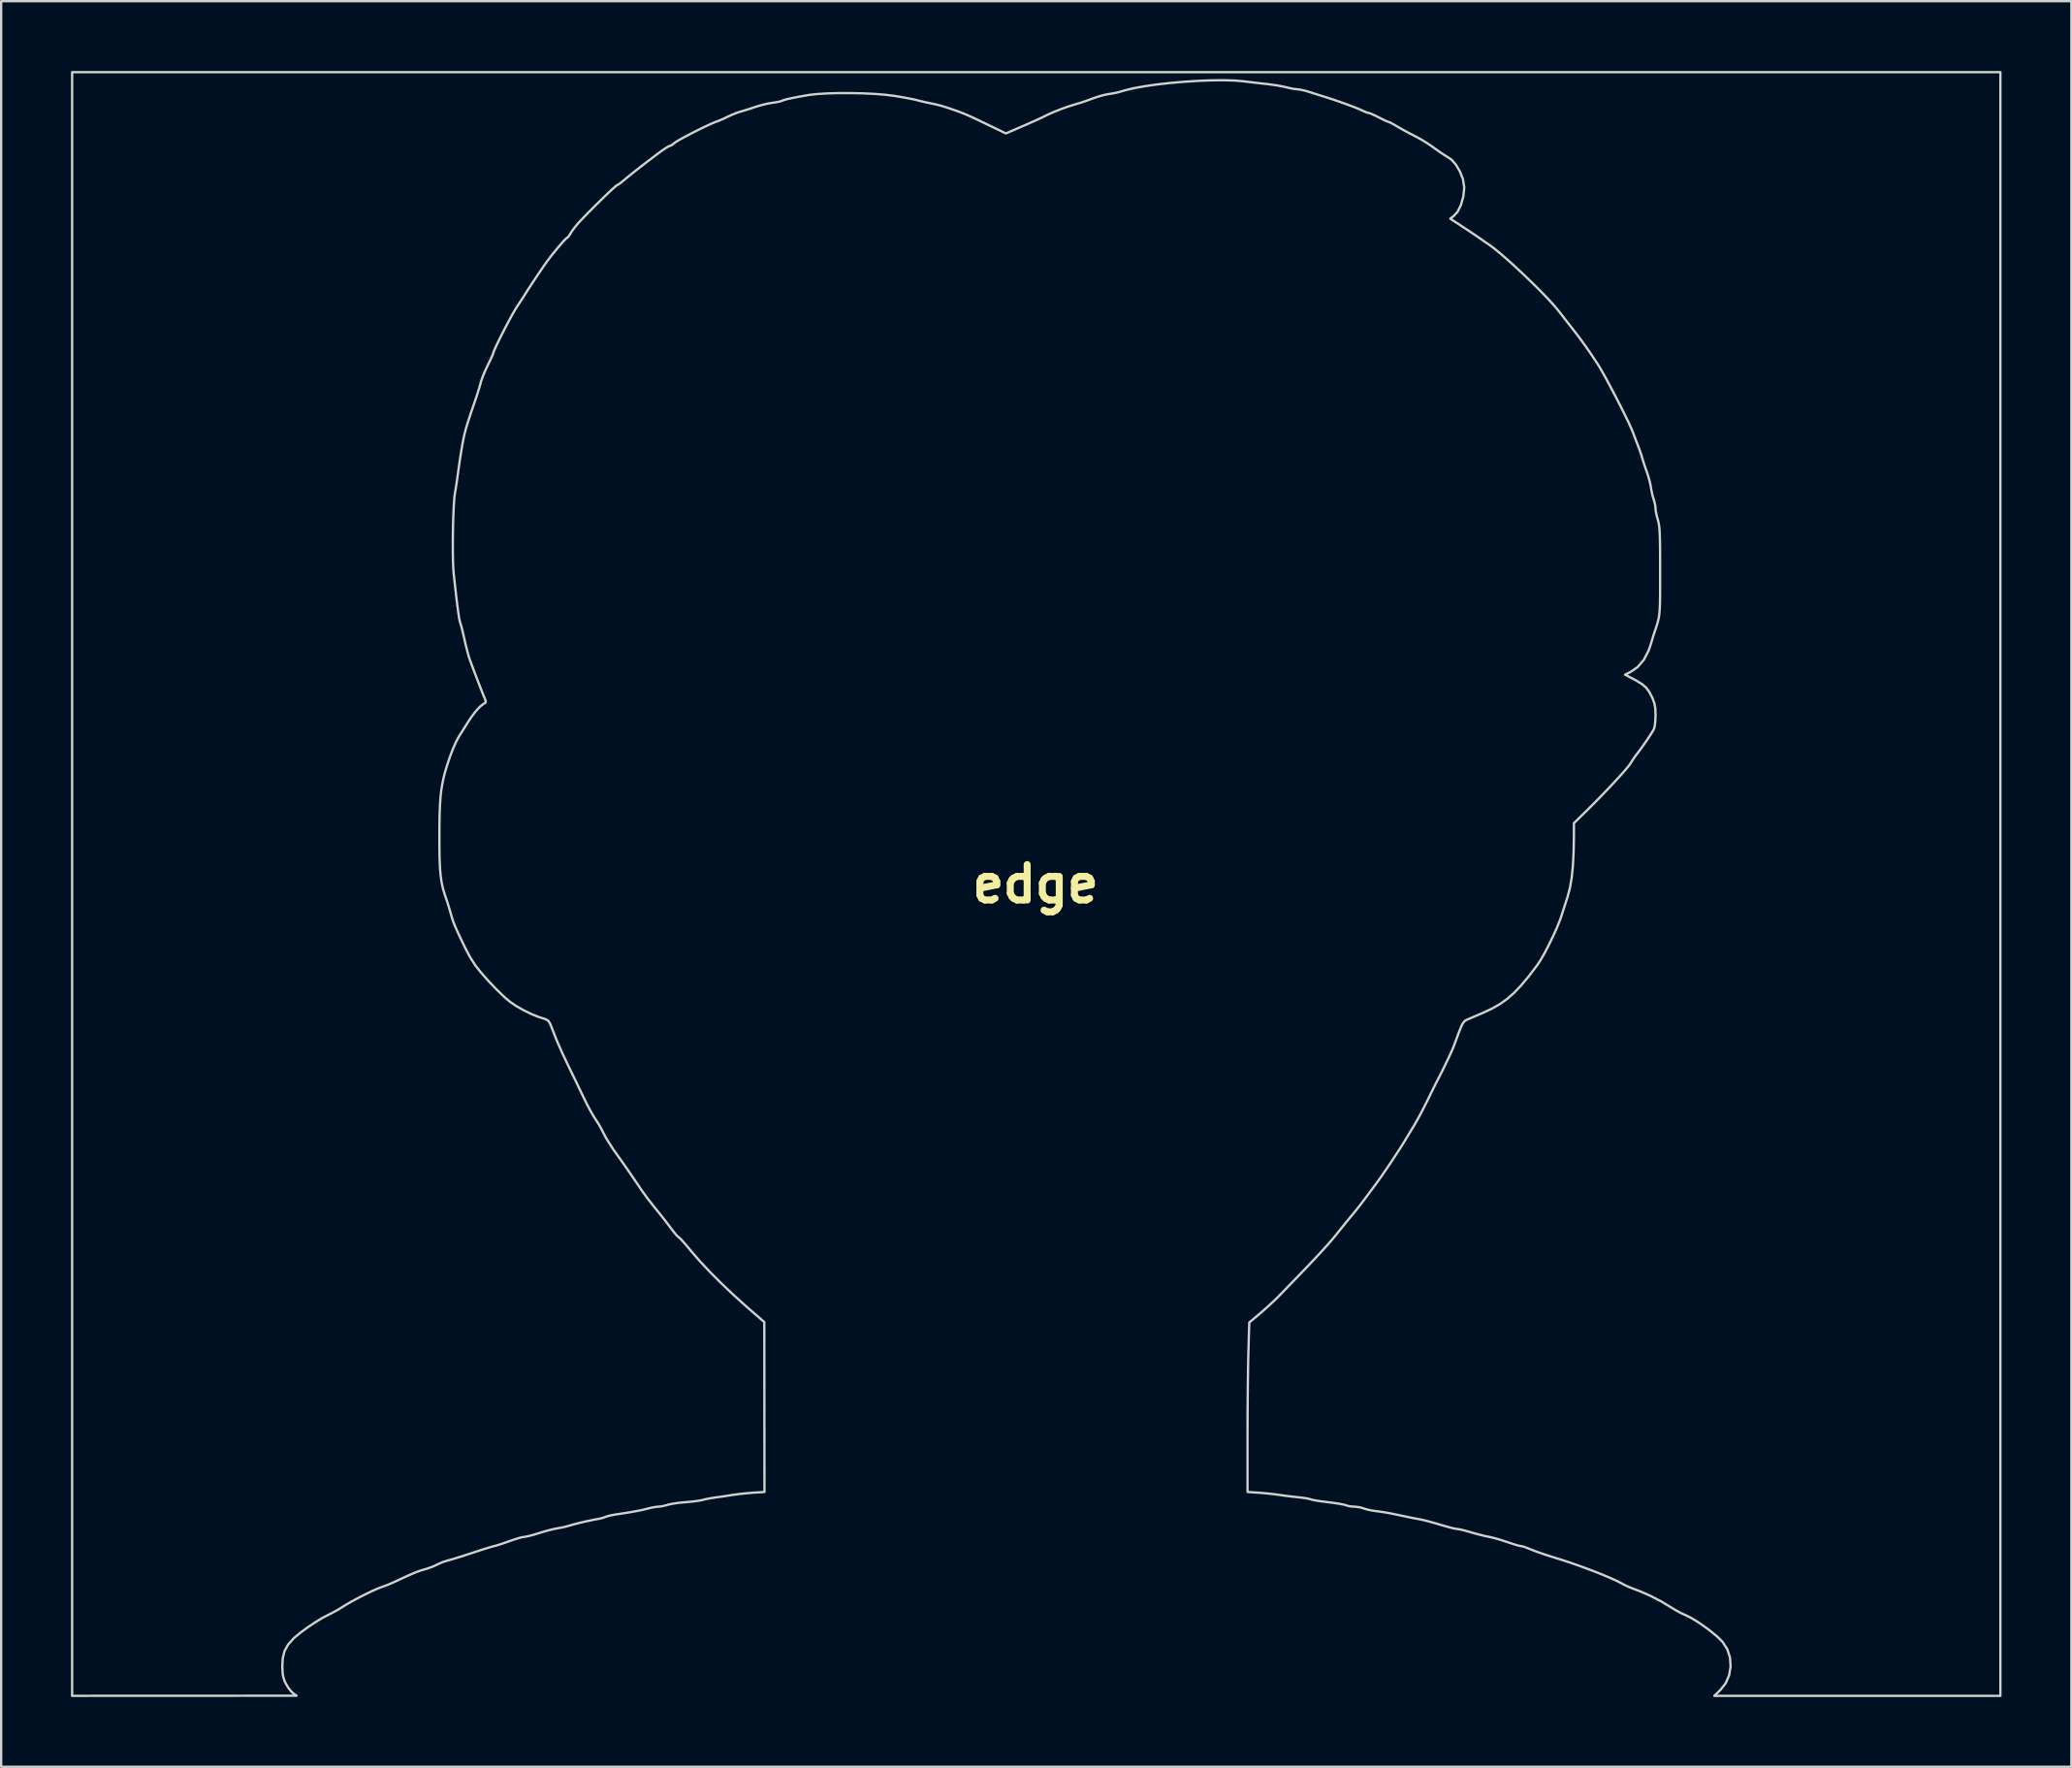
<source format=kicad_pcb>
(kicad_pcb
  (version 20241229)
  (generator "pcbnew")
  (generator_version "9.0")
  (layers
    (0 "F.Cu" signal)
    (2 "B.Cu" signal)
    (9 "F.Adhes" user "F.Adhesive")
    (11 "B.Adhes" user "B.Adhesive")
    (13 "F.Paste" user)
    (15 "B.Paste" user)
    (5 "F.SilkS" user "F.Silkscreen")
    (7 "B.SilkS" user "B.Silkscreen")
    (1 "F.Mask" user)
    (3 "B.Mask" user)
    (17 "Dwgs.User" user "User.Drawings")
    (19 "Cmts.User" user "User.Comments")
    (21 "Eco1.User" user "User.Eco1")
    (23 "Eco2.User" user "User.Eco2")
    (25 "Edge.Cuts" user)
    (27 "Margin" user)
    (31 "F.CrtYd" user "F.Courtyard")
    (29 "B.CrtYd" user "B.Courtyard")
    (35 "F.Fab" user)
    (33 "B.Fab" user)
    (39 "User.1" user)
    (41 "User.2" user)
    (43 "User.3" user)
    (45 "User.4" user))
  (footprint "edge"
    (layer "F.Cu")
    (at 41.459 34.933)
    (property "Reference" "edge" (at 0 0 0) (layer "F.SilkS") (effects (font (size 1.524 1.524) (thickness 0.3))))
    (attr board_only exclude_from_pos_files exclude_from_bom)
    (fp_poly (pts (xy 41.466 34.883) (xy 29.17 34.883) (xy 29.431 34.633) (xy 29.664 34.336) (xy 29.811 33.988) (xy 29.871 33.613) (xy 29.843 33.234) (xy 29.726 32.874) (xy 29.52 32.559) (xy 29.328 32.368) (xy 29.07 32.15) (xy 28.774 31.926) (xy 28.47 31.716) (xy 28.185 31.541) (xy 27.947 31.421) (xy 27.91 31.406) (xy 27.729 31.323) (xy 27.504 31.2) (xy 27.281 31.064) (xy 27.273 31.059) (xy 26.884 30.825) (xy 26.444 30.597) (xy 26.004 30.401) (xy 25.743 30.302) (xy 25.528 30.219) (xy 25.322 30.124) (xy 25.234 30.077) (xy 25.008 29.958) (xy 24.694 29.815) (xy 24.313 29.656) (xy 23.885 29.488) (xy 23.431 29.32) (xy 22.971 29.159) (xy 22.526 29.013) (xy 22.345 28.958) (xy 21.932 28.827) (xy 21.548 28.695) (xy 21.226 28.571) (xy 21.12 28.527) (xy 20.972 28.472) (xy 20.856 28.448) (xy 20.852 28.448) (xy 20.76 28.43) (xy 20.592 28.382) (xy 20.377 28.312) (xy 20.266 28.274) (xy 20.006 28.189) (xy 19.749 28.114) (xy 19.539 28.063) (xy 19.488 28.053) (xy 19.298 28.013) (xy 19.048 27.951) (xy 18.784 27.879) (xy 18.725 27.861) (xy 18.494 27.796) (xy 18.295 27.746) (xy 18.159 27.719) (xy 18.131 27.716) (xy 18.022 27.7) (xy 17.843 27.659) (xy 17.632 27.601) (xy 17.622 27.598) (xy 17.233 27.484) (xy 16.933 27.4) (xy 16.705 27.341) (xy 16.53 27.302) (xy 16.462 27.289) (xy 16.299 27.259) (xy 16.08 27.216) (xy 15.896 27.177) (xy 15.531 27.1) (xy 15.25 27.044) (xy 15.027 27.003) (xy 14.835 26.973) (xy 14.647 26.949) (xy 14.625 26.946) (xy 14.405 26.912) (xy 14.201 26.864) (xy 14.104 26.831) (xy 13.92 26.78) (xy 13.714 26.755) (xy 13.688 26.755) (xy 13.512 26.741) (xy 13.371 26.707) (xy 13.35 26.698) (xy 13.254 26.669) (xy 13.072 26.634) (xy 12.83 26.596) (xy 12.565 26.562) (xy 12.295 26.528) (xy 12.064 26.493) (xy 11.895 26.462) (xy 11.814 26.439) (xy 11.725 26.412) (xy 11.558 26.383) (xy 11.345 26.357) (xy 11.316 26.354) (xy 11.031 26.324) (xy 10.72 26.285) (xy 10.494 26.252) (xy 10.238 26.218) (xy 9.931 26.185) (xy 9.634 26.159) (xy 9.603 26.157) (xy 9.108 26.124) (xy 9.108 23.8) (xy 9.109 23.232) (xy 9.112 22.641) (xy 9.116 22.052) (xy 9.122 21.485) (xy 9.129 20.965) (xy 9.137 20.512) (xy 9.145 20.161) (xy 9.183 18.844) (xy 9.662 18.439) (xy 9.906 18.226) (xy 10.163 17.991) (xy 10.393 17.771) (xy 10.487 17.675) (xy 10.691 17.464) (xy 10.909 17.239) (xy 11.097 17.045) (xy 11.116 17.025) (xy 11.568 16.557) (xy 11.948 16.158) (xy 12.264 15.818) (xy 12.527 15.529) (xy 12.745 15.279) (xy 12.926 15.06) (xy 12.962 15.014) (xy 13.154 14.774) (xy 13.354 14.528) (xy 13.531 14.312) (xy 13.605 14.224) (xy 13.779 14.012) (xy 13.974 13.764) (xy 14.132 13.556) (xy 14.303 13.326) (xy 14.489 13.076) (xy 14.635 12.879) (xy 14.819 12.623) (xy 15.041 12.303) (xy 15.279 11.95) (xy 15.513 11.596) (xy 15.721 11.273) (xy 15.857 11.053) (xy 16.005 10.808) (xy 16.171 10.534) (xy 16.295 10.329) (xy 16.407 10.135) (xy 16.549 9.872) (xy 16.704 9.574) (xy 16.854 9.275) (xy 16.862 9.257) (xy 16.993 8.99) (xy 17.111 8.752) (xy 17.204 8.566) (xy 17.262 8.453) (xy 17.269 8.438) (xy 17.353 8.281) (xy 17.464 8.06) (xy 17.59 7.804) (xy 17.716 7.542) (xy 17.829 7.301) (xy 17.915 7.11) (xy 17.957 7.01) (xy 18.014 6.857) (xy 18.095 6.639) (xy 18.184 6.4) (xy 18.201 6.354) (xy 18.294 6.12) (xy 18.372 5.971) (xy 18.451 5.882) (xy 18.532 5.835) (xy 18.655 5.782) (xy 18.85 5.698) (xy 19.084 5.598) (xy 19.218 5.541) (xy 19.605 5.361) (xy 19.948 5.166) (xy 20.263 4.942) (xy 20.568 4.674) (xy 20.877 4.349) (xy 21.207 3.952) (xy 21.561 3.487) (xy 21.708 3.263) (xy 21.88 2.962) (xy 22.062 2.612) (xy 22.242 2.241) (xy 22.405 1.879) (xy 22.536 1.553) (xy 22.596 1.383) (xy 22.654 1.201) (xy 22.734 0.954) (xy 22.822 0.683) (xy 22.86 0.564) (xy 22.964 0.176) (xy 23.042 -0.277) (xy 23.095 -0.807) (xy 23.126 -1.425) (xy 23.135 -1.998) (xy 23.137 -2.613) (xy 23.717 -3.183) (xy 24.024 -3.489) (xy 24.333 -3.805) (xy 24.633 -4.118) (xy 24.911 -4.415) (xy 25.156 -4.683) (xy 25.356 -4.91) (xy 25.499 -5.083) (xy 25.572 -5.186) (xy 25.67 -5.344) (xy 25.785 -5.506) (xy 25.786 -5.508) (xy 25.965 -5.744) (xy 26.146 -5.996) (xy 26.315 -6.24) (xy 26.455 -6.454) (xy 26.553 -6.616) (xy 26.587 -6.685) (xy 26.615 -6.816) (xy 26.635 -7.018) (xy 26.644 -7.249) (xy 26.644 -7.271) (xy 26.634 -7.544) (xy 26.597 -7.757) (xy 26.523 -7.962) (xy 26.499 -8.015) (xy 26.373 -8.256) (xy 26.24 -8.436) (xy 26.068 -8.585) (xy 25.83 -8.732) (xy 25.721 -8.791) (xy 25.334 -8.994) (xy 25.549 -9.098) (xy 25.871 -9.317) (xy 26.14 -9.631) (xy 26.35 -10.035) (xy 26.45 -10.329) (xy 26.508 -10.527) (xy 26.564 -10.71) (xy 26.579 -10.753) (xy 26.649 -10.962) (xy 26.705 -11.135) (xy 26.749 -11.289) (xy 26.783 -11.439) (xy 26.807 -11.599) (xy 26.823 -11.786) (xy 26.833 -12.014) (xy 26.839 -12.3) (xy 26.841 -12.658) (xy 26.841 -13.104) (xy 26.841 -13.434) (xy 26.841 -13.961) (xy 26.839 -14.388) (xy 26.835 -14.728) (xy 26.827 -14.996) (xy 26.817 -15.203) (xy 26.802 -15.363) (xy 26.782 -15.49) (xy 26.758 -15.596) (xy 26.744 -15.644) (xy 26.688 -15.852) (xy 26.652 -16.044) (xy 26.645 -16.137) (xy 26.624 -16.308) (xy 26.573 -16.499) (xy 26.564 -16.523) (xy 26.508 -16.714) (xy 26.462 -16.94) (xy 26.451 -17.018) (xy 26.413 -17.22) (xy 26.347 -17.469) (xy 26.273 -17.695) (xy 26.193 -17.922) (xy 26.123 -18.135) (xy 26.077 -18.288) (xy 26.026 -18.455) (xy 25.953 -18.667) (xy 25.904 -18.796) (xy 25.814 -19.031) (xy 25.721 -19.279) (xy 25.68 -19.389) (xy 25.605 -19.569) (xy 25.486 -19.829) (xy 25.331 -20.147) (xy 25.153 -20.505) (xy 24.96 -20.882) (xy 24.763 -21.258) (xy 24.573 -21.615) (xy 24.399 -21.931) (xy 24.252 -22.187) (xy 24.163 -22.331) (xy 23.893 -22.739) (xy 23.638 -23.107) (xy 23.372 -23.472) (xy 23.067 -23.869) (xy 22.925 -24.051) (xy 22.757 -24.265) (xy 22.577 -24.497) (xy 22.466 -24.639) (xy 22.276 -24.867) (xy 22.019 -25.147) (xy 21.712 -25.466) (xy 21.37 -25.806) (xy 21.009 -26.154) (xy 20.646 -26.494) (xy 20.296 -26.812) (xy 19.975 -27.09) (xy 19.699 -27.316) (xy 19.488 -27.47) (xy 19.318 -27.586) (xy 19.162 -27.694) (xy 19.121 -27.724) (xy 18.98 -27.822) (xy 18.744 -27.981) (xy 18.415 -28.199) (xy 18.004 -28.469) (xy 17.82 -28.589) (xy 17.963 -28.694) (xy 18.138 -28.885) (xy 18.28 -29.173) (xy 18.383 -29.537) (xy 18.423 -29.925) (xy 18.367 -30.288) (xy 18.233 -30.621) (xy 18.059 -30.916) (xy 17.876 -31.122) (xy 17.678 -31.256) (xy 17.554 -31.33) (xy 17.373 -31.451) (xy 17.17 -31.596) (xy 17.112 -31.638) (xy 16.861 -31.812) (xy 16.574 -31.989) (xy 16.311 -32.133) (xy 16.297 -32.14) (xy 16.044 -32.269) (xy 15.779 -32.412) (xy 15.559 -32.539) (xy 15.554 -32.542) (xy 15.384 -32.641) (xy 15.251 -32.712) (xy 15.185 -32.738) (xy 15.116 -32.762) (xy 14.976 -32.826) (xy 14.791 -32.918) (xy 14.757 -32.935) (xy 14.564 -33.031) (xy 14.404 -33.101) (xy 14.308 -33.133) (xy 14.301 -33.133) (xy 14.203 -33.159) (xy 14.067 -33.221) (xy 14.058 -33.225) (xy 13.917 -33.29) (xy 13.692 -33.381) (xy 13.409 -33.487) (xy 13.092 -33.601) (xy 12.765 -33.713) (xy 12.452 -33.814) (xy 12.445 -33.816) (xy 12.186 -33.897) (xy 11.906 -33.986) (xy 11.738 -34.04) (xy 11.53 -34.099) (xy 11.34 -34.138) (xy 11.238 -34.149) (xy 11.089 -34.164) (xy 10.891 -34.204) (xy 10.785 -34.231) (xy 10.597 -34.273) (xy 10.34 -34.318) (xy 10.056 -34.359) (xy 9.928 -34.374) (xy 9.629 -34.407) (xy 9.319 -34.443) (xy 9.049 -34.476) (xy 8.966 -34.487) (xy 8.568 -34.522) (xy 8.089 -34.536) (xy 7.551 -34.531) (xy 6.973 -34.508) (xy 6.378 -34.47) (xy 5.784 -34.418) (xy 5.212 -34.354) (xy 4.684 -34.278) (xy 4.219 -34.194) (xy 3.837 -34.102) (xy 3.705 -34.061) (xy 3.512 -34.009) (xy 3.277 -33.963) (xy 3.168 -33.947) (xy 2.951 -33.905) (xy 2.69 -33.833) (xy 2.461 -33.754) (xy 2.197 -33.657) (xy 1.91 -33.561) (xy 1.697 -33.498) (xy 1.419 -33.412) (xy 1.102 -33.299) (xy 0.787 -33.174) (xy 0.514 -33.053) (xy 0.383 -32.987) (xy 0.276 -32.934) (xy 0.089 -32.848) (xy -0.155 -32.738) (xy -0.432 -32.616) (xy -0.524 -32.576) (xy -1.277 -32.25) (xy -2.046 -32.621) (xy -2.385 -32.784) (xy -2.644 -32.907) (xy -2.846 -33) (xy -3.012 -33.072) (xy -3.164 -33.133) (xy -3.324 -33.193) (xy -3.394 -33.219) (xy -3.752 -33.343) (xy -4.038 -33.433) (xy -4.284 -33.497) (xy -4.469 -33.535) (xy -4.713 -33.585) (xy -4.967 -33.645) (xy -5.063 -33.671) (xy -5.229 -33.71) (xy -5.475 -33.76) (xy -5.767 -33.813) (xy -6.073 -33.864) (xy -6.081 -33.865) (xy -6.465 -33.912) (xy -6.92 -33.948) (xy -7.421 -33.972) (xy -7.943 -33.983) (xy -8.46 -33.983) (xy -8.946 -33.97) (xy -9.376 -33.944) (xy -9.725 -33.906) (xy -9.787 -33.896) (xy -10.189 -33.824) (xy -10.492 -33.765) (xy -10.708 -33.716) (xy -10.849 -33.674) (xy -10.905 -33.65) (xy -11.014 -33.616) (xy -11.19 -33.582) (xy -11.319 -33.565) (xy -11.536 -33.527) (xy -11.802 -33.462) (xy -12.054 -33.385) (xy -12.29 -33.307) (xy -12.515 -33.236) (xy -12.682 -33.188) (xy -12.69 -33.186) (xy -12.861 -33.129) (xy -13.076 -33.041) (xy -13.227 -32.97) (xy -13.422 -32.877) (xy -13.596 -32.802) (xy -13.69 -32.767) (xy -13.825 -32.716) (xy -14.028 -32.626) (xy -14.277 -32.509) (xy -14.55 -32.375) (xy -14.826 -32.234) (xy -15.084 -32.099) (xy -15.302 -31.979) (xy -15.458 -31.886) (xy -15.529 -31.834) (xy -15.63 -31.75) (xy -15.701 -31.722) (xy -15.78 -31.69) (xy -15.918 -31.607) (xy -16.074 -31.499) (xy -16.419 -31.242) (xy -16.765 -30.979) (xy -17.091 -30.727) (xy -17.376 -30.502) (xy -17.598 -30.32) (xy -17.659 -30.268) (xy -17.809 -30.145) (xy -17.927 -30.058) (xy -17.985 -30.028) (xy -18.039 -29.99) (xy -18.158 -29.885) (xy -18.328 -29.728) (xy -18.533 -29.532) (xy -18.759 -29.311) (xy -18.993 -29.08) (xy -19.218 -28.853) (xy -19.423 -28.643) (xy -19.591 -28.466) (xy -19.675 -28.373) (xy -19.818 -28.2) (xy -19.94 -28.033) (xy -20 -27.935) (xy -20.071 -27.823) (xy -20.127 -27.771) (xy -20.13 -27.771) (xy -20.184 -27.729) (xy -20.293 -27.616) (xy -20.44 -27.449) (xy -20.61 -27.246) (xy -20.789 -27.025) (xy -20.947 -26.821) (xy -21.047 -26.684) (xy -21.19 -26.477) (xy -21.359 -26.228) (xy -21.537 -25.962) (xy -21.706 -25.706) (xy -21.849 -25.485) (xy -21.925 -25.364) (xy -22.01 -25.231) (xy -22.133 -25.041) (xy -22.271 -24.833) (xy -22.293 -24.799) (xy -22.386 -24.649) (xy -22.507 -24.436) (xy -22.646 -24.18) (xy -22.793 -23.9) (xy -22.939 -23.616) (xy -23.073 -23.347) (xy -23.185 -23.113) (xy -23.266 -22.933) (xy -23.305 -22.828) (xy -23.307 -22.814) (xy -23.331 -22.747) (xy -23.394 -22.605) (xy -23.486 -22.411) (xy -23.543 -22.296) (xy -23.659 -22.047) (xy -23.763 -21.797) (xy -23.836 -21.59) (xy -23.85 -21.536) (xy -23.905 -21.337) (xy -23.983 -21.085) (xy -24.066 -20.834) (xy -24.068 -20.828) (xy -24.215 -20.402) (xy -24.329 -20.062) (xy -24.417 -19.788) (xy -24.485 -19.56) (xy -24.538 -19.358) (xy -24.583 -19.162) (xy -24.624 -18.951) (xy -24.642 -18.852) (xy -24.688 -18.58) (xy -24.74 -18.249) (xy -24.789 -17.912) (xy -24.811 -17.752) (xy -24.851 -17.46) (xy -24.893 -17.174) (xy -24.932 -16.933) (xy -24.952 -16.82) (xy -24.978 -16.628) (xy -25 -16.343) (xy -25.018 -15.989) (xy -25.033 -15.586) (xy -25.042 -15.156) (xy -25.047 -14.72) (xy -25.047 -14.3) (xy -25.041 -13.918) (xy -25.029 -13.593) (xy -25.011 -13.349) (xy -24.949 -12.782) (xy -24.896 -12.317) (xy -24.851 -11.948) (xy -24.813 -11.663) (xy -24.782 -11.455) (xy -24.755 -11.314) (xy -24.731 -11.232) (xy -24.731 -11.231) (xy -24.695 -11.117) (xy -24.644 -10.924) (xy -24.587 -10.684) (xy -24.551 -10.527) (xy -24.489 -10.255) (xy -24.423 -9.994) (xy -24.365 -9.785) (xy -24.34 -9.708) (xy -24.272 -9.517) (xy -24.179 -9.265) (xy -24.07 -8.979) (xy -23.957 -8.683) (xy -23.85 -8.407) (xy -23.758 -8.174) (xy -23.692 -8.013) (xy -23.678 -7.98) (xy -23.631 -7.857) (xy -23.646 -7.79) (xy -23.733 -7.732) (xy -23.737 -7.73) (xy -23.886 -7.614) (xy -24.066 -7.417) (xy -24.262 -7.158) (xy -24.413 -6.927) (xy -24.538 -6.727) (xy -24.686 -6.493) (xy -24.787 -6.334) (xy -24.904 -6.118) (xy -25.035 -5.821) (xy -25.168 -5.473) (xy -25.293 -5.103) (xy -25.4 -4.74) (xy -25.448 -4.544) (xy -25.503 -4.279) (xy -25.546 -4.007) (xy -25.578 -3.71) (xy -25.601 -3.37) (xy -25.615 -2.969) (xy -25.623 -2.488) (xy -25.625 -2.023) (xy -25.623 -1.474) (xy -25.614 -1.02) (xy -25.596 -0.644) (xy -25.567 -0.328) (xy -25.527 -0.055) (xy -25.472 0.193) (xy -25.401 0.433) (xy -25.356 0.564) (xy -25.278 0.796) (xy -25.195 1.066) (xy -25.144 1.242) (xy -25.094 1.417) (xy -25.043 1.577) (xy -24.981 1.741) (xy -24.9 1.932) (xy -24.792 2.168) (xy -24.648 2.472) (xy -24.533 2.711) (xy -24.31 3.137) (xy -24.083 3.493) (xy -23.834 3.809) (xy -23.481 4.204) (xy -23.143 4.557) (xy -22.837 4.852) (xy -22.597 5.057) (xy -22.328 5.241) (xy -22 5.427) (xy -21.657 5.595) (xy -21.341 5.72) (xy -21.233 5.754) (xy -21.058 5.809) (xy -20.949 5.874) (xy -20.874 5.982) (xy -20.8 6.163) (xy -20.794 6.181) (xy -20.589 6.703) (xy -20.334 7.284) (xy -20.027 7.93) (xy -19.868 8.256) (xy -19.693 8.617) (xy -19.527 8.962) (xy -19.413 9.2) (xy -19.278 9.473) (xy -19.136 9.74) (xy -19.007 9.966) (xy -18.932 10.083) (xy -18.807 10.274) (xy -18.697 10.461) (xy -18.645 10.563) (xy -18.448 10.939) (xy -18.175 11.368) (xy -17.997 11.621) (xy -17.806 11.887) (xy -17.576 12.215) (xy -17.33 12.573) (xy -17.089 12.927) (xy -16.958 13.123) (xy -16.708 13.473) (xy -16.376 13.897) (xy -16.212 14.098) (xy -16.07 14.274) (xy -15.896 14.498) (xy -15.721 14.728) (xy -15.686 14.774) (xy -15.547 14.955) (xy -15.43 15.095) (xy -15.352 15.174) (xy -15.335 15.184) (xy -15.283 15.225) (xy -15.176 15.338) (xy -15.027 15.508) (xy -14.852 15.716) (xy -14.815 15.762) (xy -14.446 16.19) (xy -14.003 16.663) (xy -13.503 17.164) (xy -12.965 17.674) (xy -12.408 18.175) (xy -12.343 18.232) (xy -11.66 18.824) (xy -11.653 26.124) (xy -12.148 26.156) (xy -12.44 26.181) (xy -12.749 26.214) (xy -13.014 26.25) (xy -13.039 26.254) (xy -13.306 26.295) (xy -13.588 26.337) (xy -13.775 26.362) (xy -13.996 26.397) (xy -14.2 26.438) (xy -14.301 26.465) (xy -14.439 26.494) (xy -14.654 26.524) (xy -14.909 26.551) (xy -15.036 26.561) (xy -15.304 26.586) (xy -15.555 26.621) (xy -15.752 26.659) (xy -15.811 26.676) (xy -15.999 26.727) (xy -16.174 26.753) (xy -16.202 26.754) (xy -16.355 26.77) (xy -16.554 26.809) (xy -16.655 26.835) (xy -16.969 26.91) (xy -17.389 26.989) (xy -17.904 27.07) (xy -18.05 27.091) (xy -18.246 27.126) (xy -18.409 27.167) (xy -18.474 27.191) (xy -18.601 27.237) (xy -18.774 27.278) (xy -18.81 27.284) (xy -19.065 27.332) (xy -19.366 27.397) (xy -19.671 27.469) (xy -19.934 27.539) (xy -20.054 27.575) (xy -20.26 27.63) (xy -20.49 27.676) (xy -20.547 27.684) (xy -20.723 27.719) (xy -20.964 27.779) (xy -21.228 27.855) (xy -21.327 27.887) (xy -21.567 27.96) (xy -21.779 28.016) (xy -21.932 28.049) (xy -21.976 28.053) (xy -22.089 28.072) (xy -22.274 28.123) (xy -22.498 28.196) (xy -22.582 28.226) (xy -22.822 28.311) (xy -23.046 28.385) (xy -23.216 28.435) (xy -23.25 28.443) (xy -23.376 28.477) (xy -23.583 28.539) (xy -23.845 28.622) (xy -24.135 28.716) (xy -24.212 28.742) (xy -24.514 28.841) (xy -24.801 28.932) (xy -25.046 29.007) (xy -25.219 29.055) (xy -25.244 29.062) (xy -25.46 29.129) (xy -25.672 29.218) (xy -25.724 29.246) (xy -25.908 29.331) (xy -26.134 29.412) (xy -26.238 29.443) (xy -26.397 29.489) (xy -26.568 29.548) (xy -26.771 29.63) (xy -27.026 29.742) (xy -27.353 29.893) (xy -27.521 29.973) (xy -27.739 30.07) (xy -27.954 30.156) (xy -28.084 30.201) (xy -28.272 30.272) (xy -28.529 30.387) (xy -28.825 30.53) (xy -29.133 30.687) (xy -29.423 30.844) (xy -29.667 30.987) (xy -29.756 31.044) (xy -29.985 31.185) (xy -30.239 31.324) (xy -30.388 31.397) (xy -30.648 31.533) (xy -30.957 31.721) (xy -31.281 31.938) (xy -31.585 32.161) (xy -31.835 32.367) (xy -31.893 32.42) (xy -32.131 32.686) (xy -32.281 32.961) (xy -32.358 33.276) (xy -32.375 33.615) (xy -32.364 33.882) (xy -32.334 34.081) (xy -32.273 34.256) (xy -32.225 34.358) (xy -32.114 34.543) (xy -31.988 34.7) (xy -31.922 34.762) (xy -31.764 34.879) (xy -36.587 34.881) (xy -41.409 34.883) (xy -41.409 -34.883) (xy 41.466 -34.883)) (stroke (width 0.1) (type solid)) (fill no) (layer "Edge.Cuts")))
  (gr_rect
    (start -3 -3)
    (end 85.975 72.865)
    (stroke (width 0.1) (type default))
    (fill no)
    (layer "Edge.Cuts")))
</source>
